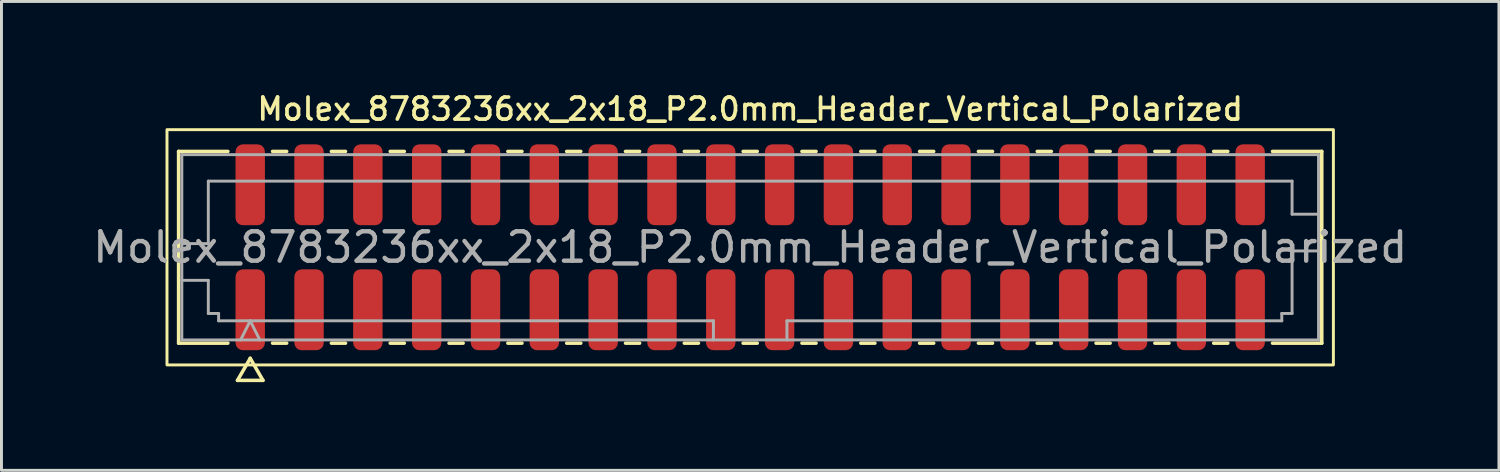
<source format=kicad_pcb>
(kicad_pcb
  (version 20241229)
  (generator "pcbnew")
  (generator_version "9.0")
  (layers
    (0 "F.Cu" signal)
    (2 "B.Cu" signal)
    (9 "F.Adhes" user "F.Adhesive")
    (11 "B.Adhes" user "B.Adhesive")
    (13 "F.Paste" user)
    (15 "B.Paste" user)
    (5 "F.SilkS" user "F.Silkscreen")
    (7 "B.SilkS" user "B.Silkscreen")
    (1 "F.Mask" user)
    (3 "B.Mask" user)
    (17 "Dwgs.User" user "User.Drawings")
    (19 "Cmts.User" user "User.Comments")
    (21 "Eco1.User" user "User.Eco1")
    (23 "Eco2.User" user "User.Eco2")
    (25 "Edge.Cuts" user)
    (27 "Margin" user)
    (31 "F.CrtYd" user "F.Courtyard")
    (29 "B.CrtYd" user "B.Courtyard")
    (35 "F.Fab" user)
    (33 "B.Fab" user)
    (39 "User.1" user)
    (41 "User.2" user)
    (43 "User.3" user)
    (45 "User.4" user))
  (footprint "Molex_8783236xx_2x18_P2.0mm_Header_Vertical_Polarized"
    (layer "F.Cu")
    (at 22.458 5.358)
    (property "Reference" "Molex_8783236xx_2x18_P2.0mm_Header_Vertical_Polarized" (at 0 -4.7 0) (layer "F.SilkS") (effects (font (size 0.75 0.75) (thickness 0.125))))
    (attr smd)
    (fp_line (start -19.435 -3.26) (end -17.76 -3.26) (stroke (width 0.12) (type solid)) (layer "F.SilkS"))
    (fp_line (start -19.435 3.26) (end -19.435 -3.26) (stroke (width 0.12) (type solid)) (layer "F.SilkS"))
    (fp_line (start -17.76 3.26) (end -19.435 3.26) (stroke (width 0.12) (type solid)) (layer "F.SilkS"))
    (fp_line (start -17.433 4.525) (end -17 3.775) (stroke (width 0.12) (type solid)) (layer "F.SilkS"))
    (fp_line (start -17 3.775) (end -16.567 4.525) (stroke (width 0.12) (type solid)) (layer "F.SilkS"))
    (fp_line (start -16.567 4.525) (end -17.433 4.525) (stroke (width 0.12) (type solid)) (layer "F.SilkS"))
    (fp_line (start -16.24 -3.26) (end -15.76 -3.26) (stroke (width 0.12) (type solid)) (layer "F.SilkS"))
    (fp_line (start -15.76 3.26) (end -16.24 3.26) (stroke (width 0.12) (type solid)) (layer "F.SilkS"))
    (fp_line (start -14.24 -3.26) (end -13.76 -3.26) (stroke (width 0.12) (type solid)) (layer "F.SilkS"))
    (fp_line (start -13.76 3.26) (end -14.24 3.26) (stroke (width 0.12) (type solid)) (layer "F.SilkS"))
    (fp_line (start -12.24 -3.26) (end -11.76 -3.26) (stroke (width 0.12) (type solid)) (layer "F.SilkS"))
    (fp_line (start -11.76 3.26) (end -12.24 3.26) (stroke (width 0.12) (type solid)) (layer "F.SilkS"))
    (fp_line (start -10.24 -3.26) (end -9.76 -3.26) (stroke (width 0.12) (type solid)) (layer "F.SilkS"))
    (fp_line (start -9.76 3.26) (end -10.24 3.26) (stroke (width 0.12) (type solid)) (layer "F.SilkS"))
    (fp_line (start -8.24 -3.26) (end -7.76 -3.26) (stroke (width 0.12) (type solid)) (layer "F.SilkS"))
    (fp_line (start -7.76 3.26) (end -8.24 3.26) (stroke (width 0.12) (type solid)) (layer "F.SilkS"))
    (fp_line (start -6.24 -3.26) (end -5.76 -3.26) (stroke (width 0.12) (type solid)) (layer "F.SilkS"))
    (fp_line (start -5.76 3.26) (end -6.24 3.26) (stroke (width 0.12) (type solid)) (layer "F.SilkS"))
    (fp_line (start -4.24 -3.26) (end -3.76 -3.26) (stroke (width 0.12) (type solid)) (layer "F.SilkS"))
    (fp_line (start -3.76 3.26) (end -4.24 3.26) (stroke (width 0.12) (type solid)) (layer "F.SilkS"))
    (fp_line (start -2.24 -3.26) (end -1.76 -3.26) (stroke (width 0.12) (type solid)) (layer "F.SilkS"))
    (fp_line (start -1.76 3.26) (end -2.24 3.26) (stroke (width 0.12) (type solid)) (layer "F.SilkS"))
    (fp_line (start -0.24 -3.26) (end 0.24 -3.26) (stroke (width 0.12) (type solid)) (layer "F.SilkS"))
    (fp_line (start 0.24 3.26) (end -0.24 3.26) (stroke (width 0.12) (type solid)) (layer "F.SilkS"))
    (fp_line (start 1.76 -3.26) (end 2.24 -3.26) (stroke (width 0.12) (type solid)) (layer "F.SilkS"))
    (fp_line (start 2.24 3.26) (end 1.76 3.26) (stroke (width 0.12) (type solid)) (layer "F.SilkS"))
    (fp_line (start 3.76 -3.26) (end 4.24 -3.26) (stroke (width 0.12) (type solid)) (layer "F.SilkS"))
    (fp_line (start 4.24 3.26) (end 3.76 3.26) (stroke (width 0.12) (type solid)) (layer "F.SilkS"))
    (fp_line (start 5.76 -3.26) (end 6.24 -3.26) (stroke (width 0.12) (type solid)) (layer "F.SilkS"))
    (fp_line (start 6.24 3.26) (end 5.76 3.26) (stroke (width 0.12) (type solid)) (layer "F.SilkS"))
    (fp_line (start 7.76 -3.26) (end 8.24 -3.26) (stroke (width 0.12) (type solid)) (layer "F.SilkS"))
    (fp_line (start 8.24 3.26) (end 7.76 3.26) (stroke (width 0.12) (type solid)) (layer "F.SilkS"))
    (fp_line (start 9.76 -3.26) (end 10.24 -3.26) (stroke (width 0.12) (type solid)) (layer "F.SilkS"))
    (fp_line (start 10.24 3.26) (end 9.76 3.26) (stroke (width 0.12) (type solid)) (layer "F.SilkS"))
    (fp_line (start 11.76 -3.26) (end 12.24 -3.26) (stroke (width 0.12) (type solid)) (layer "F.SilkS"))
    (fp_line (start 12.24 3.26) (end 11.76 3.26) (stroke (width 0.12) (type solid)) (layer "F.SilkS"))
    (fp_line (start 13.76 -3.26) (end 14.24 -3.26) (stroke (width 0.12) (type solid)) (layer "F.SilkS"))
    (fp_line (start 14.24 3.26) (end 13.76 3.26) (stroke (width 0.12) (type solid)) (layer "F.SilkS"))
    (fp_line (start 15.76 -3.26) (end 16.24 -3.26) (stroke (width 0.12) (type solid)) (layer "F.SilkS"))
    (fp_line (start 16.24 3.26) (end 15.76 3.26) (stroke (width 0.12) (type solid)) (layer "F.SilkS"))
    (fp_line (start 17.76 -3.26) (end 19.435 -3.26) (stroke (width 0.12) (type solid)) (layer "F.SilkS"))
    (fp_line (start 19.435 -3.26) (end 19.435 3.26) (stroke (width 0.12) (type solid)) (layer "F.SilkS"))
    (fp_line (start 19.435 3.26) (end 17.76 3.26) (stroke (width 0.12) (type solid)) (layer "F.SilkS"))
    (fp_rect (start -19.83 -4) (end 19.83 4) (stroke (width 0.1) (type solid)) (fill no) (layer "F.SilkS"))
    (fp_line (start -19.325 -3.15) (end 19.325 -3.15) (stroke (width 0.1) (type solid)) (layer "F.Fab"))
    (fp_line (start -19.325 -0.125) (end -18.425 -0.125) (stroke (width 0.1) (type solid)) (layer "F.Fab"))
    (fp_line (start -19.325 1.125) (end -18.425 1.125) (stroke (width 0.1) (type solid)) (layer "F.Fab"))
    (fp_line (start -19.325 3.15) (end -19.325 -3.15) (stroke (width 0.1) (type solid)) (layer "F.Fab"))
    (fp_line (start -18.425 -2.25) (end 18.425 -2.25) (stroke (width 0.1) (type solid)) (layer "F.Fab"))
    (fp_line (start -18.425 -0.125) (end -18.425 -2.25) (stroke (width 0.1) (type solid)) (layer "F.Fab"))
    (fp_line (start -18.425 1.125) (end -18.425 2.25) (stroke (width 0.1) (type solid)) (layer "F.Fab"))
    (fp_line (start -18.425 2.25) (end -18.075 2.25) (stroke (width 0.1) (type solid)) (layer "F.Fab"))
    (fp_line (start -18.075 2.25) (end -18.075 2.5) (stroke (width 0.1) (type solid)) (layer "F.Fab"))
    (fp_line (start -18.075 2.5) (end -1.25 2.5) (stroke (width 0.1) (type solid)) (layer "F.Fab"))
    (fp_line (start -17.325 3.15) (end -17 2.5) (stroke (width 0.1) (type solid)) (layer "F.Fab"))
    (fp_line (start -17 2.5) (end -16.675 3.15) (stroke (width 0.1) (type solid)) (layer "F.Fab"))
    (fp_line (start -1.25 2.5) (end -1.25 3.15) (stroke (width 0.1) (type solid)) (layer "F.Fab"))
    (fp_line (start 1.25 2.5) (end 1.25 3.15) (stroke (width 0.1) (type solid)) (layer "F.Fab"))
    (fp_line (start 1.25 2.5) (end 18.075 2.5) (stroke (width 0.1) (type solid)) (layer "F.Fab"))
    (fp_line (start 18.075 2.25) (end 18.425 2.25) (stroke (width 0.1) (type solid)) (layer "F.Fab"))
    (fp_line (start 18.075 2.5) (end 18.075 2.25) (stroke (width 0.1) (type solid)) (layer "F.Fab"))
    (fp_line (start 18.425 -2.25) (end 18.425 -1.125) (stroke (width 0.1) (type solid)) (layer "F.Fab"))
    (fp_line (start 18.425 -1.125) (end 19.325 -1.125) (stroke (width 0.1) (type solid)) (layer "F.Fab"))
    (fp_line (start 18.425 0.125) (end 19.325 0.125) (stroke (width 0.1) (type solid)) (layer "F.Fab"))
    (fp_line (start 18.425 2.25) (end 18.425 0.125) (stroke (width 0.1) (type solid)) (layer "F.Fab"))
    (fp_line (start 19.325 -3.15) (end 19.325 3.15) (stroke (width 0.1) (type solid)) (layer "F.Fab"))
    (fp_line (start 19.325 3.15) (end -19.325 3.15) (stroke (width 0.1) (type solid)) (layer "F.Fab"))
    (fp_text user "${REFERENCE}" (at 0 0 0) (layer "F.Fab") (effects (font (size 1 1) (thickness 0.15))))
    (pad "1" smd roundrect (at -17 2.125) (size 1 2.75) (layers "F.Cu" "F.Mask" "F.Paste") (roundrect_rratio 0.25))
    (pad "2" smd roundrect (at -17 -2.125) (size 1 2.75) (layers "F.Cu" "F.Mask" "F.Paste") (roundrect_rratio 0.25))
    (pad "3" smd roundrect (at -15 2.125) (size 1 2.75) (layers "F.Cu" "F.Mask" "F.Paste") (roundrect_rratio 0.25))
    (pad "4" smd roundrect (at -15 -2.125) (size 1 2.75) (layers "F.Cu" "F.Mask" "F.Paste") (roundrect_rratio 0.25))
    (pad "5" smd roundrect (at -13 2.125) (size 1 2.75) (layers "F.Cu" "F.Mask" "F.Paste") (roundrect_rratio 0.25))
    (pad "6" smd roundrect (at -13 -2.125) (size 1 2.75) (layers "F.Cu" "F.Mask" "F.Paste") (roundrect_rratio 0.25))
    (pad "7" smd roundrect (at -11 2.125) (size 1 2.75) (layers "F.Cu" "F.Mask" "F.Paste") (roundrect_rratio 0.25))
    (pad "8" smd roundrect (at -11 -2.125) (size 1 2.75) (layers "F.Cu" "F.Mask" "F.Paste") (roundrect_rratio 0.25))
    (pad "9" smd roundrect (at -9 2.125) (size 1 2.75) (layers "F.Cu" "F.Mask" "F.Paste") (roundrect_rratio 0.25))
    (pad "10" smd roundrect (at -9 -2.125) (size 1 2.75) (layers "F.Cu" "F.Mask" "F.Paste") (roundrect_rratio 0.25))
    (pad "11" smd roundrect (at -7 2.125) (size 1 2.75) (layers "F.Cu" "F.Mask" "F.Paste") (roundrect_rratio 0.25))
    (pad "12" smd roundrect (at -7 -2.125) (size 1 2.75) (layers "F.Cu" "F.Mask" "F.Paste") (roundrect_rratio 0.25))
    (pad "13" smd roundrect (at -5 2.125) (size 1 2.75) (layers "F.Cu" "F.Mask" "F.Paste") (roundrect_rratio 0.25))
    (pad "14" smd roundrect (at -5 -2.125) (size 1 2.75) (layers "F.Cu" "F.Mask" "F.Paste") (roundrect_rratio 0.25))
    (pad "15" smd roundrect (at -3 2.125) (size 1 2.75) (layers "F.Cu" "F.Mask" "F.Paste") (roundrect_rratio 0.25))
    (pad "16" smd roundrect (at -3 -2.125) (size 1 2.75) (layers "F.Cu" "F.Mask" "F.Paste") (roundrect_rratio 0.25))
    (pad "17" smd roundrect (at -1 2.125) (size 1 2.75) (layers "F.Cu" "F.Mask" "F.Paste") (roundrect_rratio 0.25))
    (pad "18" smd roundrect (at -1 -2.125) (size 1 2.75) (layers "F.Cu" "F.Mask" "F.Paste") (roundrect_rratio 0.25))
    (pad "19" smd roundrect (at 1 2.125) (size 1 2.75) (layers "F.Cu" "F.Mask" "F.Paste") (roundrect_rratio 0.25))
    (pad "20" smd roundrect (at 1 -2.125) (size 1 2.75) (layers "F.Cu" "F.Mask" "F.Paste") (roundrect_rratio 0.25))
    (pad "21" smd roundrect (at 3 2.125) (size 1 2.75) (layers "F.Cu" "F.Mask" "F.Paste") (roundrect_rratio 0.25))
    (pad "22" smd roundrect (at 3 -2.125) (size 1 2.75) (layers "F.Cu" "F.Mask" "F.Paste") (roundrect_rratio 0.25))
    (pad "23" smd roundrect (at 5 2.125) (size 1 2.75) (layers "F.Cu" "F.Mask" "F.Paste") (roundrect_rratio 0.25))
    (pad "24" smd roundrect (at 5 -2.125) (size 1 2.75) (layers "F.Cu" "F.Mask" "F.Paste") (roundrect_rratio 0.25))
    (pad "25" smd roundrect (at 7 2.125) (size 1 2.75) (layers "F.Cu" "F.Mask" "F.Paste") (roundrect_rratio 0.25))
    (pad "26" smd roundrect (at 7 -2.125) (size 1 2.75) (layers "F.Cu" "F.Mask" "F.Paste") (roundrect_rratio 0.25))
    (pad "27" smd roundrect (at 9 2.125) (size 1 2.75) (layers "F.Cu" "F.Mask" "F.Paste") (roundrect_rratio 0.25))
    (pad "28" smd roundrect (at 9 -2.125) (size 1 2.75) (layers "F.Cu" "F.Mask" "F.Paste") (roundrect_rratio 0.25))
    (pad "29" smd roundrect (at 11 2.125) (size 1 2.75) (layers "F.Cu" "F.Mask" "F.Paste") (roundrect_rratio 0.25))
    (pad "30" smd roundrect (at 11 -2.125) (size 1 2.75) (layers "F.Cu" "F.Mask" "F.Paste") (roundrect_rratio 0.25))
    (pad "31" smd roundrect (at 13 2.125) (size 1 2.75) (layers "F.Cu" "F.Mask" "F.Paste") (roundrect_rratio 0.25))
    (pad "32" smd roundrect (at 13 -2.125) (size 1 2.75) (layers "F.Cu" "F.Mask" "F.Paste") (roundrect_rratio 0.25))
    (pad "33" smd roundrect (at 15 2.125) (size 1 2.75) (layers "F.Cu" "F.Mask" "F.Paste") (roundrect_rratio 0.25))
    (pad "34" smd roundrect (at 15 -2.125) (size 1 2.75) (layers "F.Cu" "F.Mask" "F.Paste") (roundrect_rratio 0.25))
    (pad "35" smd roundrect (at 17 2.125) (size 1 2.75) (layers "F.Cu" "F.Mask" "F.Paste") (roundrect_rratio 0.25))
    (pad "36" smd roundrect (at 17 -2.125) (size 1 2.75) (layers "F.Cu" "F.Mask" "F.Paste") (roundrect_rratio 0.25)))
  (gr_rect
    (start -3 -3)
    (end 47.917 12.943)
    (stroke (width 0.1) (type default))
    (fill no)
    (layer "Edge.Cuts")))
</source>
